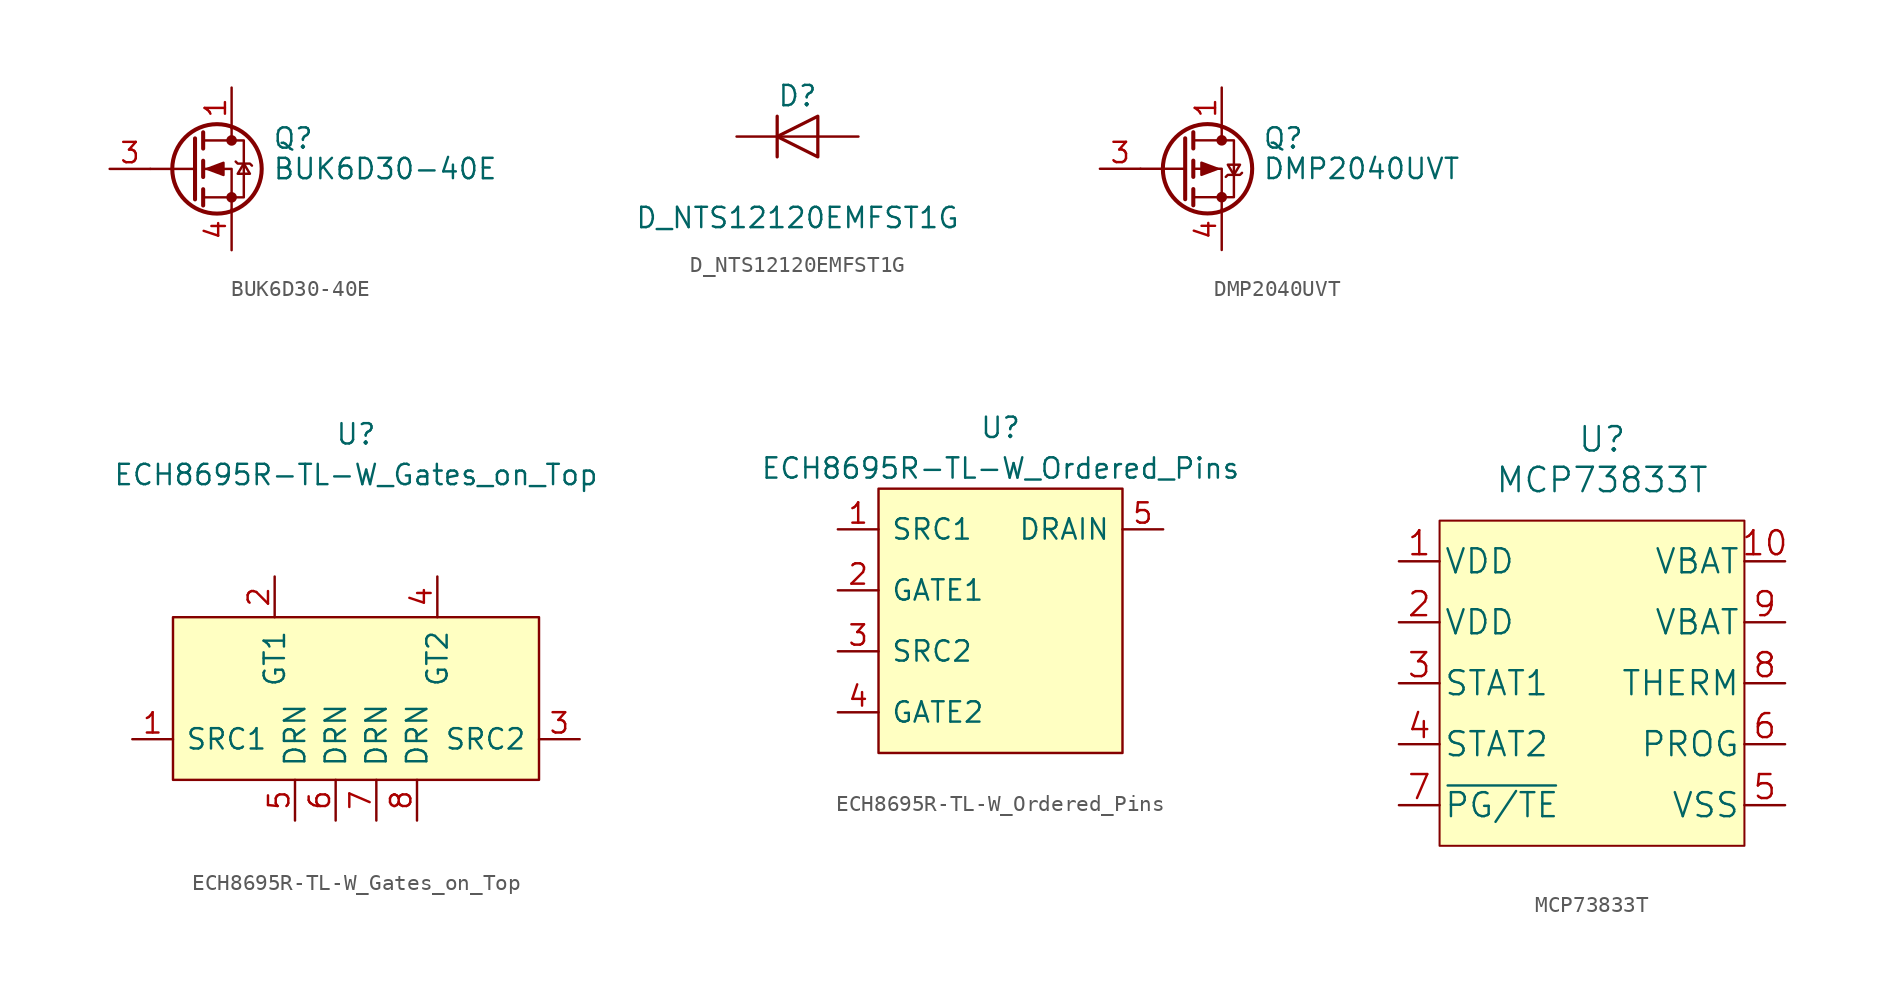
<source format=kicad_sym>
(kicad_symbol_lib
  (version 20211014)
  (generator kicad_symbol_editor)
  (symbol "BUK6D30-40E"
    (pin_names hide)
    (property "Reference" "Q"
      (at 5.08 1.905 0)
      (effects (font (size 1.27 1.27)) (justify left)))
    (property "Value" "BUK6D30-40E"
      (at 5.08 0 0)
      (effects (font (size 1.27 1.27)) (justify left)))
    (symbol "BUK6D30-40E_0_0"
      (pin passive line (at 2.54 5.08 270) (length 2.54) hide (name "D" (effects (font (size 1.27 1.27)))) (number "2" (effects (font (size 1.27 1.27)))))
      (pin passive line (at 2.54 5.08 270) (length 2.54) hide (name "D" (effects (font (size 1.27 1.27)))) (number "6" (effects (font (size 1.27 1.27)))))
      (pin passive line (at 2.54 5.08 270) (length 2.54) hide (name "D" (effects (font (size 1.27 1.27)))) (number "7" (effects (font (size 1.27 1.27))))))
    (symbol "BUK6D30-40E_0_1"
      (polyline (pts (xy 0.254 0) (xy -2.54 0)) (stroke (width 0) (type default) (color 0 0 0 0)) (fill (type none)))
      (polyline (pts (xy 0.254 1.905) (xy 0.254 -1.905)) (stroke (width 0.254) (type default) (color 0 0 0 0)) (fill (type none)))
      (polyline (pts (xy 0.762 -1.27) (xy 0.762 -2.286)) (stroke (width 0.254) (type default) (color 0 0 0 0)) (fill (type none)))
      (polyline (pts (xy 0.762 0.508) (xy 0.762 -0.508)) (stroke (width 0.254) (type default) (color 0 0 0 0)) (fill (type none)))
      (polyline (pts (xy 0.762 2.286) (xy 0.762 1.27)) (stroke (width 0.254) (type default) (color 0 0 0 0)) (fill (type none)))
      (polyline (pts (xy 2.54 2.54) (xy 2.54 1.778)) (stroke (width 0) (type default) (color 0 0 0 0)) (fill (type none)))
      (polyline (pts (xy 2.54 -2.54) (xy 2.54 0) (xy 0.762 0)) (stroke (width 0) (type default) (color 0 0 0 0)) (fill (type none)))
      (polyline (pts (xy 0.762 -1.778) (xy 3.302 -1.778) (xy 3.302 1.778) (xy 0.762 1.778)) (stroke (width 0) (type default) (color 0 0 0 0)) (fill (type none)))
      (polyline (pts (xy 1.016 0) (xy 2.032 0.381) (xy 2.032 -0.381) (xy 1.016 0)) (stroke (width 0) (type default) (color 0 0 0 0)) (fill (type outline)))
      (polyline (pts (xy 2.794 0.457) (xy 2.921 0.33) (xy 3.683 0.33) (xy 3.81 0.203)) (stroke (width 0) (type default) (color 0 0 0 0)) (fill (type none)))
      (polyline (pts (xy 3.302 0.33) (xy 2.921 -0.305) (xy 3.683 -0.305) (xy 3.302 0.33)) (stroke (width 0) (type default) (color 0 0 0 0)) (fill (type none)))
      (circle (center 1.626 0) (radius 2.794) (stroke (width 0.254) (type default) (color 0 0 0 0)) (fill (type none)))
      (circle (center 2.54 -1.778) (radius 0.254) (stroke (width 0) (type default) (color 0 0 0 0)) (fill (type outline)))
      (circle (center 2.54 1.778) (radius 0.254) (stroke (width 0) (type default) (color 0 0 0 0)) (fill (type outline))))
    (symbol "BUK6D30-40E_1_1"
      (pin passive line (at 2.54 5.08 270) (length 2.54) (name "D" (effects (font (size 1.27 1.27)))) (number "1" (effects (font (size 1.27 1.27)))))
      (pin passive line (at -5.08 0 0) (length 2.54) (name "G" (effects (font (size 1.27 1.27)))) (number "3" (effects (font (size 1.27 1.27)))))
      (pin passive line (at 2.54 -5.08 90) (length 2.54) (name "S" (effects (font (size 1.27 1.27)))) (number "4" (effects (font (size 1.27 1.27)))))
      (pin passive line (at 2.54 5.08 270) (length 2.54) hide (name "D" (effects (font (size 1.27 1.27)))) (number "5" (effects (font (size 1.27 1.27)))))
      (pin passive line (at 2.54 -5.08 90) (length 2.54) hide (name "S" (effects (font (size 1.27 1.27)))) (number "8" (effects (font (size 1.27 1.27)))))))
  (symbol "D_NTS12120EMFST1G"
    (pin_numbers hide)
    (pin_names
      (offset 1.016) hide)
    (property "Reference" "D"
      (at 0 2.54 0)
      (effects (font (size 1.27 1.27))))
    (property "Value" "D_NTS12120EMFST1G"
      (at 0 -5.08 0)
      (effects (font (size 1.27 1.27))))
    (symbol "D_NTS12120EMFST1G_0_1"
      (polyline (pts (xy -1.27 1.27) (xy -1.27 -1.27)) (stroke (width 0.203) (type default) (color 0 0 0 0)) (fill (type none)))
      (polyline (pts (xy 1.27 0) (xy -1.27 0)) (stroke (width 0) (type default) (color 0 0 0 0)) (fill (type none)))
      (polyline (pts (xy 1.27 1.27) (xy 1.27 -1.27) (xy -1.27 0) (xy 1.27 1.27)) (stroke (width 0.203) (type default) (color 0 0 0 0)) (fill (type none))))
    (symbol "D_NTS12120EMFST1G_1_1"
      (pin passive line (at 3.81 0 180) (length 2.54) (name "A" (effects (font (size 1.27 1.27)))) (number "1" (effects (font (size 1.27 1.27)))))
      (pin passive line (at 3.81 0 180) (length 1.27) hide (name "A" (effects (font (size 1.27 1.27)))) (number "2" (effects (font (size 1.27 1.27)))))
      (pin passive line (at 3.81 0 180) (length 1.27) hide (name "A" (effects (font (size 1.27 1.27)))) (number "3" (effects (font (size 1.27 1.27)))))
      (pin passive line (at -3.81 0 0) (length 2.54) (name "K" (effects (font (size 1.27 1.27)))) (number "5" (effects (font (size 1.27 1.27)))))
      (pin passive line (at -3.81 0 0) (length 1.27) hide (name "K" (effects (font (size 1.27 1.27)))) (number "5A" (effects (font (size 1.27 1.27)))))
      (pin passive line (at -3.81 0 0) (length 1.27) hide (name "K" (effects (font (size 1.27 1.27)))) (number "5B" (effects (font (size 1.27 1.27)))))
      (pin passive line (at -3.81 0 0) (length 1.27) hide (name "K" (effects (font (size 1.27 1.27)))) (number "5C" (effects (font (size 1.27 1.27)))))
      (pin passive line (at -3.81 0 0) (length 1.27) hide (name "K" (effects (font (size 1.27 1.27)))) (number "5D" (effects (font (size 1.27 1.27)))))))
  (symbol "DMP2040UVT"
    (pin_names hide)
    (property "Reference" "Q"
      (at 5.08 1.905 0)
      (effects (font (size 1.27 1.27)) (justify left)))
    (property "Value" "DMP2040UVT"
      (at 5.08 0 0)
      (effects (font (size 1.27 1.27)) (justify left)))
    (symbol "DMP2040UVT_0_0"
      (pin passive line (at 2.54 5.08 270) (length 2.54) (name "D" (effects (font (size 1.27 1.27)))) (number "1" (effects (font (size 1.27 1.27))))))
    (symbol "DMP2040UVT_0_1"
      (polyline (pts (xy 0.254 0) (xy -2.54 0)) (stroke (width 0) (type default) (color 0 0 0 0)) (fill (type none)))
      (polyline (pts (xy 0.254 1.905) (xy 0.254 -1.905)) (stroke (width 0.254) (type default) (color 0 0 0 0)) (fill (type none)))
      (polyline (pts (xy 0.762 -1.27) (xy 0.762 -2.286)) (stroke (width 0.254) (type default) (color 0 0 0 0)) (fill (type none)))
      (polyline (pts (xy 0.762 0.508) (xy 0.762 -0.508)) (stroke (width 0.254) (type default) (color 0 0 0 0)) (fill (type none)))
      (polyline (pts (xy 0.762 2.286) (xy 0.762 1.27)) (stroke (width 0.254) (type default) (color 0 0 0 0)) (fill (type none)))
      (polyline (pts (xy 2.54 2.54) (xy 2.54 1.778)) (stroke (width 0) (type default) (color 0 0 0 0)) (fill (type none)))
      (polyline (pts (xy 2.54 -2.54) (xy 2.54 0) (xy 0.762 0)) (stroke (width 0) (type default) (color 0 0 0 0)) (fill (type none)))
      (polyline (pts (xy 0.762 1.778) (xy 3.302 1.778) (xy 3.302 -1.778) (xy 0.762 -1.778)) (stroke (width 0) (type default) (color 0 0 0 0)) (fill (type none)))
      (polyline (pts (xy 2.286 0) (xy 1.27 0.381) (xy 1.27 -0.381) (xy 2.286 0)) (stroke (width 0) (type default) (color 0 0 0 0)) (fill (type outline)))
      (polyline (pts (xy 2.794 -0.508) (xy 2.921 -0.381) (xy 3.683 -0.381) (xy 3.81 -0.254)) (stroke (width 0) (type default) (color 0 0 0 0)) (fill (type none)))
      (polyline (pts (xy 3.302 -0.381) (xy 2.921 0.254) (xy 3.683 0.254) (xy 3.302 -0.381)) (stroke (width 0) (type default) (color 0 0 0 0)) (fill (type none)))
      (circle (center 1.651 0) (radius 2.794) (stroke (width 0.254) (type default) (color 0 0 0 0)) (fill (type none)))
      (circle (center 2.54 -1.778) (radius 0.254) (stroke (width 0) (type default) (color 0 0 0 0)) (fill (type outline)))
      (circle (center 2.54 1.778) (radius 0.254) (stroke (width 0) (type default) (color 0 0 0 0)) (fill (type outline))))
    (symbol "DMP2040UVT_1_1"
      (pin passive line (at 5.08 5.08 270) (length 2.54) hide (name "D" (effects (font (size 1.27 1.27)))) (number "2" (effects (font (size 1.27 1.27)))))
      (pin input line (at -5.08 0 0) (length 2.54) (name "G" (effects (font (size 1.27 1.27)))) (number "3" (effects (font (size 1.27 1.27)))))
      (pin passive line (at 2.54 -5.08 90) (length 2.54) (name "S" (effects (font (size 1.27 1.27)))) (number "4" (effects (font (size 1.27 1.27)))))
      (pin passive line (at 7.62 5.08 270) (length 2.54) hide (name "ED" (effects (font (size 1.27 1.27)))) (number "5" (effects (font (size 1.27 1.27)))))
      (pin passive line (at 10.16 5.08 270) (length 2.54) hide (name "D" (effects (font (size 1.27 1.27)))) (number "6" (effects (font (size 1.27 1.27)))))))
  (symbol "ECH8695R-TL-W_Gates_on_Top"
    (pin_names
      (offset 0.762))
    (property "Reference" "U"
      (at 0 16.51 0)
      (effects (font (size 1.27 1.27))))
    (property "Value" "ECH8695R-TL-W_Gates_on_Top"
      (at 0 13.97 0)
      (effects (font (size 1.27 1.27))))
    (symbol "ECH8695R-TL-W_Gates_on_Top_0_0"
      (pin passive line (at -13.97 -2.54 0) (length 2.54) (name "SRC1" (effects (font (size 1.27 1.27)))) (number "1" (effects (font (size 1.27 1.27)))))
      (pin input line (at -5.08 7.62 270) (length 2.54) (name "GT1" (effects (font (size 1.27 1.27)))) (number "2" (effects (font (size 1.27 1.27)))))
      (pin input line (at 13.97 -2.54 180) (length 2.54) (name "SRC2" (effects (font (size 1.27 1.27)))) (number "3" (effects (font (size 1.27 1.27)))))
      (pin input line (at 5.08 7.62 270) (length 2.54) (name "GT2" (effects (font (size 1.27 1.27)))) (number "4" (effects (font (size 1.27 1.27)))))
      (pin passive line (at -3.81 -7.62 90) (length 2.54) (name "DRN" (effects (font (size 1.27 1.27)))) (number "5" (effects (font (size 1.27 1.27)))))
      (pin passive line (at -1.27 -7.62 90) (length 2.54) (name "DRN" (effects (font (size 1.27 1.27)))) (number "6" (effects (font (size 1.27 1.27)))))
      (pin passive line (at 1.27 -7.62 90) (length 2.54) (name "DRN" (effects (font (size 1.27 1.27)))) (number "7" (effects (font (size 1.27 1.27)))))
      (pin passive line (at 3.81 -7.62 90) (length 2.54) (name "DRN" (effects (font (size 1.27 1.27)))) (number "8" (effects (font (size 1.27 1.27))))))
    (symbol "ECH8695R-TL-W_Gates_on_Top_0_1"
      (polyline (pts (xy -11.43 5.08) (xy 11.43 5.08) (xy 11.43 -5.08) (xy -11.43 -5.08) (xy -11.43 5.08)) (stroke (width 0.152) (type default) (color 0 0 0 0)) (fill (type background)))))
  (symbol "ECH8695R-TL-W_Ordered_Pins"
    (pin_names
      (offset 0.762))
    (property "Reference" "U"
      (at 0 12.7 0)
      (effects (font (size 1.27 1.27))))
    (property "Value" "ECH8695R-TL-W_Ordered_Pins"
      (at 0 10.16 0)
      (effects (font (size 1.27 1.27))))
    (symbol "ECH8695R-TL-W_Ordered_Pins_0_0"
      (pin passive line (at -10.16 6.35 0) (length 2.54) (name "SRC1" (effects (font (size 1.27 1.27)))) (number "1" (effects (font (size 1.27 1.27)))))
      (pin input line (at -10.16 2.54 0) (length 2.54) (name "GATE1" (effects (font (size 1.27 1.27)))) (number "2" (effects (font (size 1.27 1.27)))))
      (pin input line (at -10.16 -1.27 0) (length 2.54) (name "SRC2" (effects (font (size 1.27 1.27)))) (number "3" (effects (font (size 1.27 1.27)))))
      (pin passive line (at -10.16 -5.08 0) (length 2.54) (name "GATE2" (effects (font (size 1.27 1.27)))) (number "4" (effects (font (size 1.27 1.27)))))
      (pin passive line (at 10.16 6.35 180) (length 2.54) (name "DRAIN" (effects (font (size 1.27 1.27)))) (number "5" (effects (font (size 1.27 1.27)))))
      (pin passive line (at 10.16 2.54 180) (length 2.54) hide (name "DRAIN" (effects (font (size 1.27 1.27)))) (number "6" (effects (font (size 1.27 1.27)))))
      (pin passive line (at 10.16 -1.27 180) (length 2.54) hide (name "DRAIN" (effects (font (size 1.27 1.27)))) (number "7" (effects (font (size 1.27 1.27)))))
      (pin passive line (at 10.16 -5.08 180) (length 2.54) hide (name "DRAIN" (effects (font (size 1.27 1.27)))) (number "8" (effects (font (size 1.27 1.27))))))
    (symbol "ECH8695R-TL-W_Ordered_Pins_0_1"
      (polyline (pts (xy -7.62 8.89) (xy 7.62 8.89) (xy 7.62 -7.62) (xy -7.62 -7.62) (xy -7.62 8.89)) (stroke (width 0.152) (type default) (color 0 0 0 0)) (fill (type background)))))
  (symbol "MCP73833T"
    (pin_names
      (offset 0.254))
    (property "Reference" "U"
      (at 0 12.7 0)
      (effects (font (size 1.524 1.524))))
    (property "Value" "MCP73833T"
      (at 0 10.16 0)
      (effects (font (size 1.524 1.524))))
    (symbol "MCP73833T_1_1"
      (rectangle (start -10.16 7.62) (end 8.89 -12.7) (stroke (width 0.127) (type default) (color 0 0 0 0)) (fill (type background)))
      (pin power_in line (at -12.7 5.08 0) (length 2.54) (name "VDD" (effects (font (size 1.499 1.499)))) (number "1" (effects (font (size 1.499 1.499)))))
      (pin passive line (at 11.43 5.08 180) (length 2.54) (name "VBAT" (effects (font (size 1.499 1.499)))) (number "10" (effects (font (size 1.499 1.499)))))
      (pin power_in line (at -12.7 1.27 0) (length 2.54) (name "VDD" (effects (font (size 1.499 1.499)))) (number "2" (effects (font (size 1.499 1.499)))))
      (pin passive line (at -12.7 -2.54 0) (length 2.54) (name "STAT1" (effects (font (size 1.499 1.499)))) (number "3" (effects (font (size 1.499 1.499)))))
      (pin passive line (at -12.7 -6.35 0) (length 2.54) (name "STAT2" (effects (font (size 1.499 1.499)))) (number "4" (effects (font (size 1.499 1.499)))))
      (pin passive line (at 11.43 -10.16 180) (length 2.54) (name "VSS" (effects (font (size 1.499 1.499)))) (number "5" (effects (font (size 1.499 1.499)))))
      (pin passive line (at 11.43 -6.35 180) (length 2.54) (name "PROG" (effects (font (size 1.499 1.499)))) (number "6" (effects (font (size 1.499 1.499)))))
      (pin passive line (at -12.7 -10.16 0) (length 2.54) (name "~{PG/TE}" (effects (font (size 1.499 1.499)))) (number "7" (effects (font (size 1.499 1.499)))))
      (pin passive line (at 11.43 -2.54 180) (length 2.54) (name "THERM" (effects (font (size 1.499 1.499)))) (number "8" (effects (font (size 1.499 1.499)))))
      (pin passive line (at 11.43 1.27 180) (length 2.54) (name "VBAT" (effects (font (size 1.499 1.499)))) (number "9" (effects (font (size 1.499 1.499))))))))
</source>
